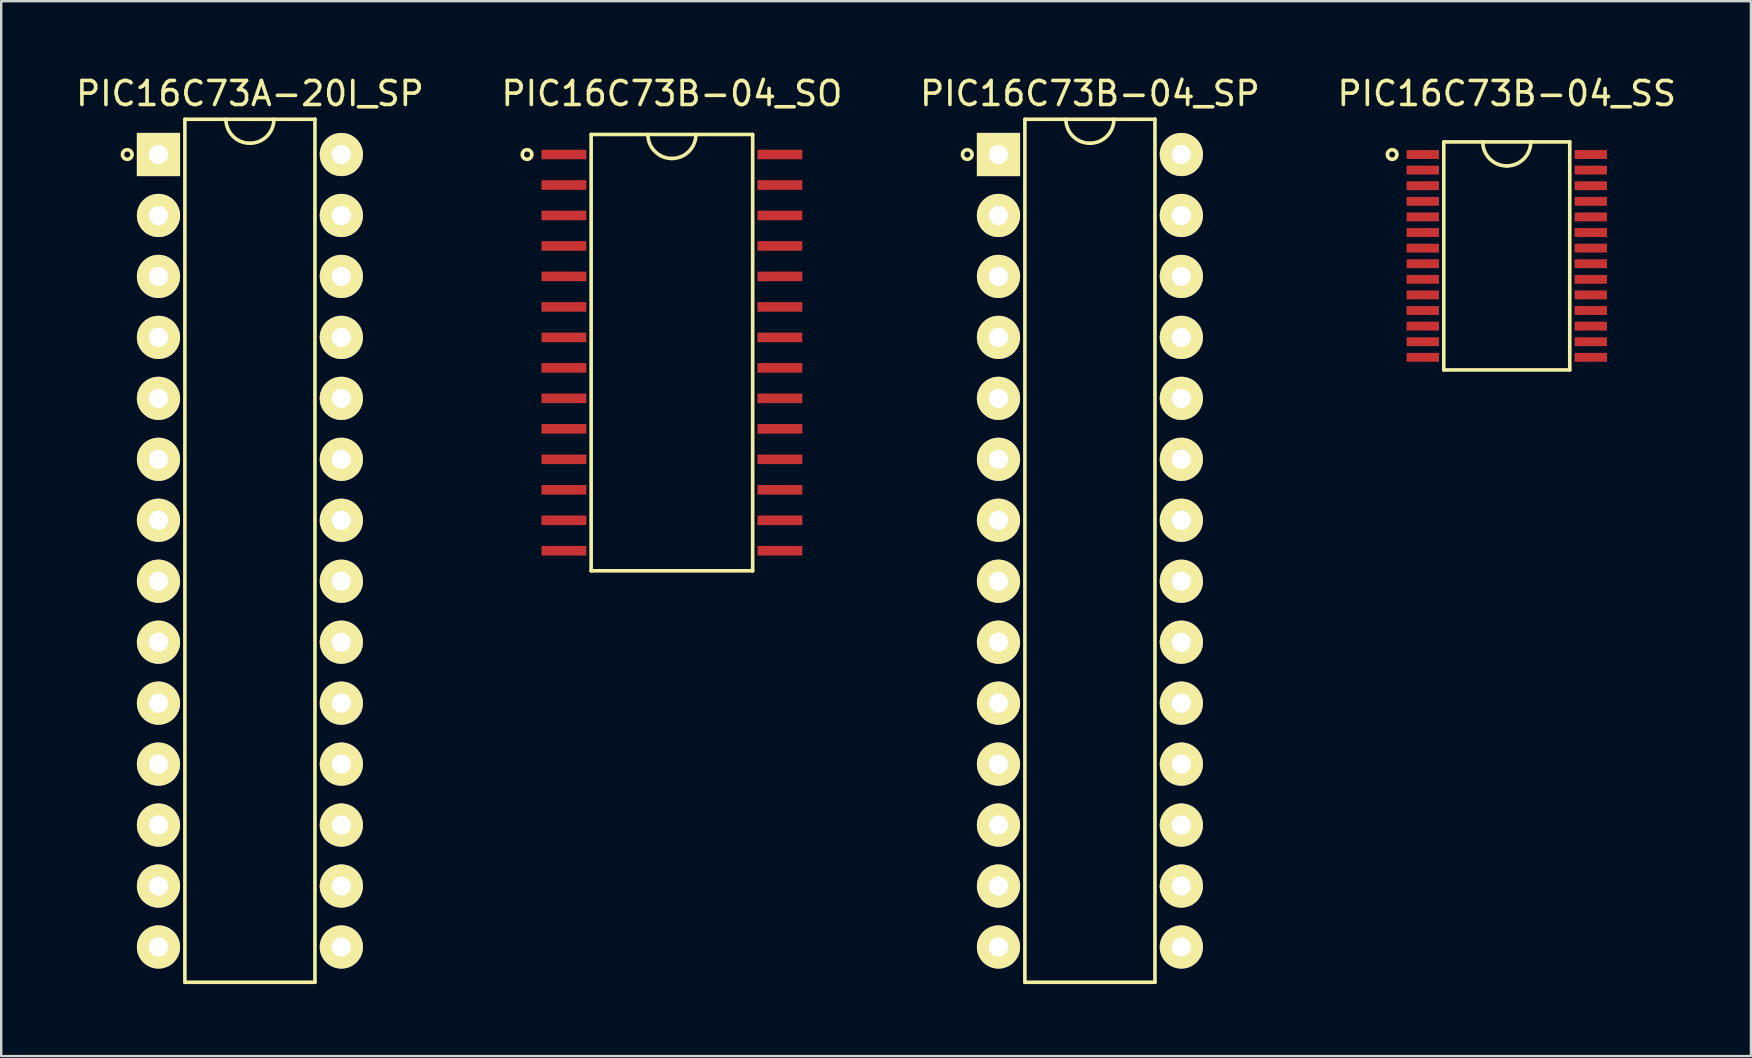
<source format=kicad_pcb>
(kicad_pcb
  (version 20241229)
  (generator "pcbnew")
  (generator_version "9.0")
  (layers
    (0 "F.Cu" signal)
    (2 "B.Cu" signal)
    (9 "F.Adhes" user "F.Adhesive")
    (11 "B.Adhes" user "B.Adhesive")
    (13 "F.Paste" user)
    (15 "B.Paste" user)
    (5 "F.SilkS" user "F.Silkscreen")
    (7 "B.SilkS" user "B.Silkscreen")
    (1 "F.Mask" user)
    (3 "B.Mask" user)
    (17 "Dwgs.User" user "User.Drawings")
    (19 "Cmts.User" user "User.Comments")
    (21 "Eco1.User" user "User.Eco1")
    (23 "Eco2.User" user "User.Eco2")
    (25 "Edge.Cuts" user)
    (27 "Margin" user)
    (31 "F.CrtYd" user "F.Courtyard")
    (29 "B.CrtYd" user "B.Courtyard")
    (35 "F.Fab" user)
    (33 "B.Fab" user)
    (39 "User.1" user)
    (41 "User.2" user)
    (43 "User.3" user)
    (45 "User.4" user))
  (footprint "PIC16C73B-04_SP"
    (layer "F.Cu")
    (at 38.553 3.388)
    (property "Reference" "PIC16C73B-04_SP" (at 3.81 -2.54 0) (layer "F.SilkS") (effects (font (size 1 1) (thickness 0.15))))
    (attr through_hole)
    (fp_line (start 1.1 -1.47) (end 6.52 -1.47) (stroke (width 0.15) (type solid)) (layer "F.SilkS"))
    (fp_line (start 1.1 34.49) (end 1.1 -1.47) (stroke (width 0.15) (type solid)) (layer "F.SilkS"))
    (fp_line (start 6.52 -1.47) (end 6.52 34.49) (stroke (width 0.15) (type solid)) (layer "F.SilkS"))
    (fp_line (start 6.52 34.49) (end 1.1 34.49) (stroke (width 0.15) (type solid)) (layer "F.SilkS"))
    (fp_arc (start 3.81 -0.47) (mid 3.102893 -0.762893) (end 2.81 -1.47) (stroke (width 0.15) (type solid)) (layer "F.SilkS"))
    (fp_arc (start 4.81 -1.47) (mid 4.517107 -0.762893) (end 3.81 -0.47) (stroke (width 0.15) (type solid)) (layer "F.SilkS"))
    (fp_circle (center -1.3 0) (end -1.3 0.2) (stroke (width 0.15) (type solid)) (fill no) (layer "F.SilkS"))
    (pad "1" thru_hole rect (at 0 0) (size 1.8 1.8) (drill 0.8) (layers "*.Cu" "*.Mask" "F.SilkS"))
    (pad "2" thru_hole circle (at 0 2.54) (size 1.8 1.8) (drill 0.8) (layers "*.Cu" "*.Mask" "F.SilkS"))
    (pad "3" thru_hole circle (at 0 5.08) (size 1.8 1.8) (drill 0.8) (layers "*.Cu" "*.Mask" "F.SilkS"))
    (pad "4" thru_hole circle (at 0 7.62) (size 1.8 1.8) (drill 0.8) (layers "*.Cu" "*.Mask" "F.SilkS"))
    (pad "5" thru_hole circle (at 0 10.16) (size 1.8 1.8) (drill 0.8) (layers "*.Cu" "*.Mask" "F.SilkS"))
    (pad "6" thru_hole circle (at 0 12.7) (size 1.8 1.8) (drill 0.8) (layers "*.Cu" "*.Mask" "F.SilkS"))
    (pad "7" thru_hole circle (at 0 15.24) (size 1.8 1.8) (drill 0.8) (layers "*.Cu" "*.Mask" "F.SilkS"))
    (pad "8" thru_hole circle (at 0 17.78) (size 1.8 1.8) (drill 0.8) (layers "*.Cu" "*.Mask" "F.SilkS"))
    (pad "9" thru_hole circle (at 0 20.32) (size 1.8 1.8) (drill 0.8) (layers "*.Cu" "*.Mask" "F.SilkS"))
    (pad "10" thru_hole circle (at 0 22.86) (size 1.8 1.8) (drill 0.8) (layers "*.Cu" "*.Mask" "F.SilkS"))
    (pad "11" thru_hole circle (at 0 25.4) (size 1.8 1.8) (drill 0.8) (layers "*.Cu" "*.Mask" "F.SilkS"))
    (pad "12" thru_hole circle (at 0 27.94) (size 1.8 1.8) (drill 0.8) (layers "*.Cu" "*.Mask" "F.SilkS"))
    (pad "13" thru_hole circle (at 0 30.48) (size 1.8 1.8) (drill 0.8) (layers "*.Cu" "*.Mask" "F.SilkS"))
    (pad "14" thru_hole circle (at 0 33.02) (size 1.8 1.8) (drill 0.8) (layers "*.Cu" "*.Mask" "F.SilkS"))
    (pad "15" thru_hole circle (at 7.62 33.02) (size 1.8 1.8) (drill 0.8) (layers "*.Cu" "*.Mask" "F.SilkS"))
    (pad "16" thru_hole circle (at 7.62 30.48) (size 1.8 1.8) (drill 0.8) (layers "*.Cu" "*.Mask" "F.SilkS"))
    (pad "17" thru_hole circle (at 7.62 27.94) (size 1.8 1.8) (drill 0.8) (layers "*.Cu" "*.Mask" "F.SilkS"))
    (pad "18" thru_hole circle (at 7.62 25.4) (size 1.8 1.8) (drill 0.8) (layers "*.Cu" "*.Mask" "F.SilkS"))
    (pad "19" thru_hole circle (at 7.62 22.86) (size 1.8 1.8) (drill 0.8) (layers "*.Cu" "*.Mask" "F.SilkS"))
    (pad "20" thru_hole circle (at 7.62 20.32) (size 1.8 1.8) (drill 0.8) (layers "*.Cu" "*.Mask" "F.SilkS"))
    (pad "21" thru_hole circle (at 7.62 17.78) (size 1.8 1.8) (drill 0.8) (layers "*.Cu" "*.Mask" "F.SilkS"))
    (pad "22" thru_hole circle (at 7.62 15.24) (size 1.8 1.8) (drill 0.8) (layers "*.Cu" "*.Mask" "F.SilkS"))
    (pad "23" thru_hole circle (at 7.62 12.7) (size 1.8 1.8) (drill 0.8) (layers "*.Cu" "*.Mask" "F.SilkS"))
    (pad "24" thru_hole circle (at 7.62 10.16) (size 1.8 1.8) (drill 0.8) (layers "*.Cu" "*.Mask" "F.SilkS"))
    (pad "25" thru_hole circle (at 7.62 7.62) (size 1.8 1.8) (drill 0.8) (layers "*.Cu" "*.Mask" "F.SilkS"))
    (pad "26" thru_hole circle (at 7.62 5.08) (size 1.8 1.8) (drill 0.8) (layers "*.Cu" "*.Mask" "F.SilkS"))
    (pad "27" thru_hole circle (at 7.62 2.54) (size 1.8 1.8) (drill 0.8) (layers "*.Cu" "*.Mask" "F.SilkS"))
    (pad "28" thru_hole circle (at 7.62 0) (size 1.8 1.8) (drill 0.8) (layers "*.Cu" "*.Mask" "F.SilkS")))
  (footprint "PIC16C73B-04_SO"
    (layer "F.Cu")
    (at 20.446 3.388)
    (property "Reference" "PIC16C73B-04_SO" (at 4.5 -2.54 0) (layer "F.SilkS") (effects (font (size 1 1) (thickness 0.15))))
    (attr through_hole)
    (fp_line (start 1.135 -0.835) (end 7.865 -0.835) (stroke (width 0.15) (type solid)) (layer "F.SilkS"))
    (fp_line (start 1.135 17.345) (end 1.135 -0.835) (stroke (width 0.15) (type solid)) (layer "F.SilkS"))
    (fp_line (start 7.865 -0.835) (end 7.865 17.345) (stroke (width 0.15) (type solid)) (layer "F.SilkS"))
    (fp_line (start 7.865 17.345) (end 1.135 17.345) (stroke (width 0.15) (type solid)) (layer "F.SilkS"))
    (fp_arc (start 4.5 0.165) (mid 3.792893 -0.127893) (end 3.5 -0.835) (stroke (width 0.15) (type solid)) (layer "F.SilkS"))
    (fp_arc (start 5.5 -0.835) (mid 5.207107 -0.127893) (end 4.5 0.165) (stroke (width 0.15) (type solid)) (layer "F.SilkS"))
    (fp_circle (center -1.535 0) (end -1.535 0.2) (stroke (width 0.15) (type solid)) (fill no) (layer "F.SilkS"))
    (pad "1" smd rect (at 0 0) (size 1.87 0.4) (layers "F.Cu" "F.Mask" "F.Paste"))
    (pad "2" smd rect (at 0 1.27) (size 1.87 0.4) (layers "F.Cu" "F.Mask" "F.Paste"))
    (pad "3" smd rect (at 0 2.54) (size 1.87 0.4) (layers "F.Cu" "F.Mask" "F.Paste"))
    (pad "4" smd rect (at 0 3.81) (size 1.87 0.4) (layers "F.Cu" "F.Mask" "F.Paste"))
    (pad "5" smd rect (at 0 5.08) (size 1.87 0.4) (layers "F.Cu" "F.Mask" "F.Paste"))
    (pad "6" smd rect (at 0 6.35) (size 1.87 0.4) (layers "F.Cu" "F.Mask" "F.Paste"))
    (pad "7" smd rect (at 0 7.62) (size 1.87 0.4) (layers "F.Cu" "F.Mask" "F.Paste"))
    (pad "8" smd rect (at 0 8.89) (size 1.87 0.4) (layers "F.Cu" "F.Mask" "F.Paste"))
    (pad "9" smd rect (at 0 10.16) (size 1.87 0.4) (layers "F.Cu" "F.Mask" "F.Paste"))
    (pad "10" smd rect (at 0 11.43) (size 1.87 0.4) (layers "F.Cu" "F.Mask" "F.Paste"))
    (pad "11" smd rect (at 0 12.7) (size 1.87 0.4) (layers "F.Cu" "F.Mask" "F.Paste"))
    (pad "12" smd rect (at 0 13.97) (size 1.87 0.4) (layers "F.Cu" "F.Mask" "F.Paste"))
    (pad "13" smd rect (at 0 15.24) (size 1.87 0.4) (layers "F.Cu" "F.Mask" "F.Paste"))
    (pad "14" smd rect (at 0 16.51) (size 1.87 0.4) (layers "F.Cu" "F.Mask" "F.Paste"))
    (pad "15" smd rect (at 9 16.51) (size 1.87 0.4) (layers "F.Cu" "F.Mask" "F.Paste"))
    (pad "16" smd rect (at 9 15.24) (size 1.87 0.4) (layers "F.Cu" "F.Mask" "F.Paste"))
    (pad "17" smd rect (at 9 13.97) (size 1.87 0.4) (layers "F.Cu" "F.Mask" "F.Paste"))
    (pad "18" smd rect (at 9 12.7) (size 1.87 0.4) (layers "F.Cu" "F.Mask" "F.Paste"))
    (pad "19" smd rect (at 9 11.43) (size 1.87 0.4) (layers "F.Cu" "F.Mask" "F.Paste"))
    (pad "20" smd rect (at 9 10.16) (size 1.87 0.4) (layers "F.Cu" "F.Mask" "F.Paste"))
    (pad "21" smd rect (at 9 8.89) (size 1.87 0.4) (layers "F.Cu" "F.Mask" "F.Paste"))
    (pad "22" smd rect (at 9 7.62) (size 1.87 0.4) (layers "F.Cu" "F.Mask" "F.Paste"))
    (pad "23" smd rect (at 9 6.35) (size 1.87 0.4) (layers "F.Cu" "F.Mask" "F.Paste"))
    (pad "24" smd rect (at 9 5.08) (size 1.87 0.4) (layers "F.Cu" "F.Mask" "F.Paste"))
    (pad "25" smd rect (at 9 3.81) (size 1.87 0.4) (layers "F.Cu" "F.Mask" "F.Paste"))
    (pad "26" smd rect (at 9 2.54) (size 1.87 0.4) (layers "F.Cu" "F.Mask" "F.Paste"))
    (pad "27" smd rect (at 9 1.27) (size 1.87 0.4) (layers "F.Cu" "F.Mask" "F.Paste"))
    (pad "28" smd rect (at 9 0) (size 1.87 0.4) (layers "F.Cu" "F.Mask" "F.Paste")))
  (footprint "PIC16C73A-20I_SP"
    (layer "F.Cu")
    (at 3.553 3.388)
    (property "Reference" "PIC16C73A-20I_SP" (at 3.81 -2.54 0) (layer "F.SilkS") (effects (font (size 1 1) (thickness 0.15))))
    (attr through_hole)
    (fp_line (start 1.1 -1.47) (end 6.52 -1.47) (stroke (width 0.15) (type solid)) (layer "F.SilkS"))
    (fp_line (start 1.1 34.49) (end 1.1 -1.47) (stroke (width 0.15) (type solid)) (layer "F.SilkS"))
    (fp_line (start 6.52 -1.47) (end 6.52 34.49) (stroke (width 0.15) (type solid)) (layer "F.SilkS"))
    (fp_line (start 6.52 34.49) (end 1.1 34.49) (stroke (width 0.15) (type solid)) (layer "F.SilkS"))
    (fp_arc (start 3.81 -0.47) (mid 3.102893 -0.762893) (end 2.81 -1.47) (stroke (width 0.15) (type solid)) (layer "F.SilkS"))
    (fp_arc (start 4.81 -1.47) (mid 4.517107 -0.762893) (end 3.81 -0.47) (stroke (width 0.15) (type solid)) (layer "F.SilkS"))
    (fp_circle (center -1.3 0) (end -1.3 0.2) (stroke (width 0.15) (type solid)) (fill no) (layer "F.SilkS"))
    (pad "1" thru_hole rect (at 0 0) (size 1.8 1.8) (drill 0.8) (layers "*.Cu" "*.Mask" "F.SilkS"))
    (pad "2" thru_hole circle (at 0 2.54) (size 1.8 1.8) (drill 0.8) (layers "*.Cu" "*.Mask" "F.SilkS"))
    (pad "3" thru_hole circle (at 0 5.08) (size 1.8 1.8) (drill 0.8) (layers "*.Cu" "*.Mask" "F.SilkS"))
    (pad "4" thru_hole circle (at 0 7.62) (size 1.8 1.8) (drill 0.8) (layers "*.Cu" "*.Mask" "F.SilkS"))
    (pad "5" thru_hole circle (at 0 10.16) (size 1.8 1.8) (drill 0.8) (layers "*.Cu" "*.Mask" "F.SilkS"))
    (pad "6" thru_hole circle (at 0 12.7) (size 1.8 1.8) (drill 0.8) (layers "*.Cu" "*.Mask" "F.SilkS"))
    (pad "7" thru_hole circle (at 0 15.24) (size 1.8 1.8) (drill 0.8) (layers "*.Cu" "*.Mask" "F.SilkS"))
    (pad "8" thru_hole circle (at 0 17.78) (size 1.8 1.8) (drill 0.8) (layers "*.Cu" "*.Mask" "F.SilkS"))
    (pad "9" thru_hole circle (at 0 20.32) (size 1.8 1.8) (drill 0.8) (layers "*.Cu" "*.Mask" "F.SilkS"))
    (pad "10" thru_hole circle (at 0 22.86) (size 1.8 1.8) (drill 0.8) (layers "*.Cu" "*.Mask" "F.SilkS"))
    (pad "11" thru_hole circle (at 0 25.4) (size 1.8 1.8) (drill 0.8) (layers "*.Cu" "*.Mask" "F.SilkS"))
    (pad "12" thru_hole circle (at 0 27.94) (size 1.8 1.8) (drill 0.8) (layers "*.Cu" "*.Mask" "F.SilkS"))
    (pad "13" thru_hole circle (at 0 30.48) (size 1.8 1.8) (drill 0.8) (layers "*.Cu" "*.Mask" "F.SilkS"))
    (pad "14" thru_hole circle (at 0 33.02) (size 1.8 1.8) (drill 0.8) (layers "*.Cu" "*.Mask" "F.SilkS"))
    (pad "15" thru_hole circle (at 7.62 33.02) (size 1.8 1.8) (drill 0.8) (layers "*.Cu" "*.Mask" "F.SilkS"))
    (pad "16" thru_hole circle (at 7.62 30.48) (size 1.8 1.8) (drill 0.8) (layers "*.Cu" "*.Mask" "F.SilkS"))
    (pad "17" thru_hole circle (at 7.62 27.94) (size 1.8 1.8) (drill 0.8) (layers "*.Cu" "*.Mask" "F.SilkS"))
    (pad "18" thru_hole circle (at 7.62 25.4) (size 1.8 1.8) (drill 0.8) (layers "*.Cu" "*.Mask" "F.SilkS"))
    (pad "19" thru_hole circle (at 7.62 22.86) (size 1.8 1.8) (drill 0.8) (layers "*.Cu" "*.Mask" "F.SilkS"))
    (pad "20" thru_hole circle (at 7.62 20.32) (size 1.8 1.8) (drill 0.8) (layers "*.Cu" "*.Mask" "F.SilkS"))
    (pad "21" thru_hole circle (at 7.62 17.78) (size 1.8 1.8) (drill 0.8) (layers "*.Cu" "*.Mask" "F.SilkS"))
    (pad "22" thru_hole circle (at 7.62 15.24) (size 1.8 1.8) (drill 0.8) (layers "*.Cu" "*.Mask" "F.SilkS"))
    (pad "23" thru_hole circle (at 7.62 12.7) (size 1.8 1.8) (drill 0.8) (layers "*.Cu" "*.Mask" "F.SilkS"))
    (pad "24" thru_hole circle (at 7.62 10.16) (size 1.8 1.8) (drill 0.8) (layers "*.Cu" "*.Mask" "F.SilkS"))
    (pad "25" thru_hole circle (at 7.62 7.62) (size 1.8 1.8) (drill 0.8) (layers "*.Cu" "*.Mask" "F.SilkS"))
    (pad "26" thru_hole circle (at 7.62 5.08) (size 1.8 1.8) (drill 0.8) (layers "*.Cu" "*.Mask" "F.SilkS"))
    (pad "27" thru_hole circle (at 7.62 2.54) (size 1.8 1.8) (drill 0.8) (layers "*.Cu" "*.Mask" "F.SilkS"))
    (pad "28" thru_hole circle (at 7.62 0) (size 1.8 1.8) (drill 0.8) (layers "*.Cu" "*.Mask" "F.SilkS")))
  (footprint "PIC16C73B-04_SS"
    (layer "F.Cu")
    (at 56.232 3.388)
    (property "Reference" "PIC16C73B-04_SS" (at 3.5 -2.54 0) (layer "F.SilkS") (effects (font (size 1 1) (thickness 0.15))))
    (attr through_hole)
    (fp_line (start 0.875 -0.525) (end 6.125 -0.525) (stroke (width 0.15) (type solid)) (layer "F.SilkS"))
    (fp_line (start 0.875 8.975) (end 0.875 -0.525) (stroke (width 0.15) (type solid)) (layer "F.SilkS"))
    (fp_line (start 6.125 -0.525) (end 6.125 8.975) (stroke (width 0.15) (type solid)) (layer "F.SilkS"))
    (fp_line (start 6.125 8.975) (end 0.875 8.975) (stroke (width 0.15) (type solid)) (layer "F.SilkS"))
    (fp_arc (start 3.5 0.475) (mid 2.792893 0.182107) (end 2.5 -0.525) (stroke (width 0.15) (type solid)) (layer "F.SilkS"))
    (fp_arc (start 4.5 -0.525) (mid 4.207107 0.182107) (end 3.5 0.475) (stroke (width 0.15) (type solid)) (layer "F.SilkS"))
    (fp_circle (center -1.275 0) (end -1.275 0.2) (stroke (width 0.15) (type solid)) (fill no) (layer "F.SilkS"))
    (pad "1" smd rect (at 0 0) (size 1.35 0.37) (layers "F.Cu" "F.Mask" "F.Paste"))
    (pad "2" smd rect (at 0 0.65) (size 1.35 0.37) (layers "F.Cu" "F.Mask" "F.Paste"))
    (pad "3" smd rect (at 0 1.3) (size 1.35 0.37) (layers "F.Cu" "F.Mask" "F.Paste"))
    (pad "4" smd rect (at 0 1.95) (size 1.35 0.37) (layers "F.Cu" "F.Mask" "F.Paste"))
    (pad "5" smd rect (at 0 2.6) (size 1.35 0.37) (layers "F.Cu" "F.Mask" "F.Paste"))
    (pad "6" smd rect (at 0 3.25) (size 1.35 0.37) (layers "F.Cu" "F.Mask" "F.Paste"))
    (pad "7" smd rect (at 0 3.9) (size 1.35 0.37) (layers "F.Cu" "F.Mask" "F.Paste"))
    (pad "8" smd rect (at 0 4.55) (size 1.35 0.37) (layers "F.Cu" "F.Mask" "F.Paste"))
    (pad "9" smd rect (at 0 5.2) (size 1.35 0.37) (layers "F.Cu" "F.Mask" "F.Paste"))
    (pad "10" smd rect (at 0 5.85) (size 1.35 0.37) (layers "F.Cu" "F.Mask" "F.Paste"))
    (pad "11" smd rect (at 0 6.5) (size 1.35 0.37) (layers "F.Cu" "F.Mask" "F.Paste"))
    (pad "12" smd rect (at 0 7.15) (size 1.35 0.37) (layers "F.Cu" "F.Mask" "F.Paste"))
    (pad "13" smd rect (at 0 7.8) (size 1.35 0.37) (layers "F.Cu" "F.Mask" "F.Paste"))
    (pad "14" smd rect (at 0 8.45) (size 1.35 0.37) (layers "F.Cu" "F.Mask" "F.Paste"))
    (pad "15" smd rect (at 7 8.45) (size 1.35 0.37) (layers "F.Cu" "F.Mask" "F.Paste"))
    (pad "16" smd rect (at 7 7.8) (size 1.35 0.37) (layers "F.Cu" "F.Mask" "F.Paste"))
    (pad "17" smd rect (at 7 7.15) (size 1.35 0.37) (layers "F.Cu" "F.Mask" "F.Paste"))
    (pad "18" smd rect (at 7 6.5) (size 1.35 0.37) (layers "F.Cu" "F.Mask" "F.Paste"))
    (pad "19" smd rect (at 7 5.85) (size 1.35 0.37) (layers "F.Cu" "F.Mask" "F.Paste"))
    (pad "20" smd rect (at 7 5.2) (size 1.35 0.37) (layers "F.Cu" "F.Mask" "F.Paste"))
    (pad "21" smd rect (at 7 4.55) (size 1.35 0.37) (layers "F.Cu" "F.Mask" "F.Paste"))
    (pad "22" smd rect (at 7 3.9) (size 1.35 0.37) (layers "F.Cu" "F.Mask" "F.Paste"))
    (pad "23" smd rect (at 7 3.25) (size 1.35 0.37) (layers "F.Cu" "F.Mask" "F.Paste"))
    (pad "24" smd rect (at 7 2.6) (size 1.35 0.37) (layers "F.Cu" "F.Mask" "F.Paste"))
    (pad "25" smd rect (at 7 1.95) (size 1.35 0.37) (layers "F.Cu" "F.Mask" "F.Paste"))
    (pad "26" smd rect (at 7 1.3) (size 1.35 0.37) (layers "F.Cu" "F.Mask" "F.Paste"))
    (pad "27" smd rect (at 7 0.65) (size 1.35 0.37) (layers "F.Cu" "F.Mask" "F.Paste"))
    (pad "28" smd rect (at 7 0) (size 1.35 0.37) (layers "F.Cu" "F.Mask" "F.Paste")))
  (gr_rect
    (start -3 -3)
    (end 69.905 40.953)
    (stroke (width 0.1) (type default))
    (fill no)
    (layer "Edge.Cuts")))
</source>
